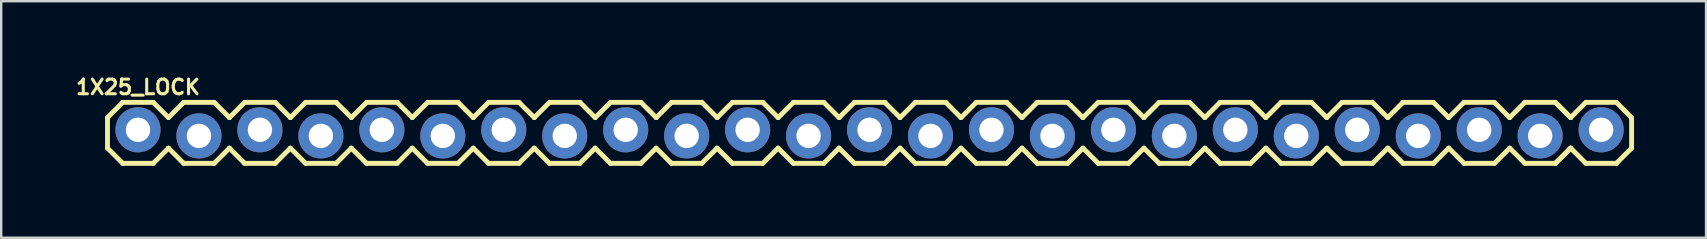
<source format=kicad_pcb>
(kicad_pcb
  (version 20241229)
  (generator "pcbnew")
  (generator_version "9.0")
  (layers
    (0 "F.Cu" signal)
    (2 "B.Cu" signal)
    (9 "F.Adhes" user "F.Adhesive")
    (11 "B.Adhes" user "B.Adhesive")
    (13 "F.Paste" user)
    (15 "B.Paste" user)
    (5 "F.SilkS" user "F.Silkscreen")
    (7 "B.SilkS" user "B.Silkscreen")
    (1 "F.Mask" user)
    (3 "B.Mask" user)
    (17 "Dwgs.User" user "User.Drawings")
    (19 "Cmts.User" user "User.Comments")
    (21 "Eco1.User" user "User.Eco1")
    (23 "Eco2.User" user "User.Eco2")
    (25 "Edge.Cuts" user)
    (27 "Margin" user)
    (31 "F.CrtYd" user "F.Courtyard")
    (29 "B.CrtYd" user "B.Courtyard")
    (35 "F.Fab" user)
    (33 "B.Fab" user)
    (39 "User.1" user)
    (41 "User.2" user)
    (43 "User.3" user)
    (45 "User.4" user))
  (footprint "1X25_LOCK"
    (layer "F.Cu")
    (at 2.699 2.485)
    (property "Reference" "1X25_LOCK" (at 0 -1.905 0) (layer "F.SilkS") (effects (font (size 0.61 0.61) (thickness 0.127))))
    (attr exclude_from_pos_files exclude_from_bom)
    (fp_line (start -1.27 -0.635) (end -1.27 0.635) (stroke (width 0.203) (type solid)) (layer "F.SilkS"))
    (fp_line (start -1.27 0.635) (end -0.635 1.27) (stroke (width 0.203) (type solid)) (layer "F.SilkS"))
    (fp_line (start -0.635 -1.27) (end -1.27 -0.635) (stroke (width 0.203) (type solid)) (layer "F.SilkS"))
    (fp_line (start -0.635 -1.27) (end 0.635 -1.27) (stroke (width 0.203) (type solid)) (layer "F.SilkS"))
    (fp_line (start 0.635 -1.27) (end 1.27 -0.635) (stroke (width 0.203) (type solid)) (layer "F.SilkS"))
    (fp_line (start 0.635 1.27) (end -0.635 1.27) (stroke (width 0.203) (type solid)) (layer "F.SilkS"))
    (fp_line (start 1.27 -0.635) (end 1.905 -1.27) (stroke (width 0.203) (type solid)) (layer "F.SilkS"))
    (fp_line (start 1.27 0.635) (end 0.635 1.27) (stroke (width 0.203) (type solid)) (layer "F.SilkS"))
    (fp_line (start 1.905 -1.27) (end 3.175 -1.27) (stroke (width 0.203) (type solid)) (layer "F.SilkS"))
    (fp_line (start 1.905 1.27) (end 1.27 0.635) (stroke (width 0.203) (type solid)) (layer "F.SilkS"))
    (fp_line (start 3.175 -1.27) (end 3.81 -0.635) (stroke (width 0.203) (type solid)) (layer "F.SilkS"))
    (fp_line (start 3.175 1.27) (end 1.905 1.27) (stroke (width 0.203) (type solid)) (layer "F.SilkS"))
    (fp_line (start 3.81 -0.635) (end 4.445 -1.27) (stroke (width 0.203) (type solid)) (layer "F.SilkS"))
    (fp_line (start 3.81 0.635) (end 3.175 1.27) (stroke (width 0.203) (type solid)) (layer "F.SilkS"))
    (fp_line (start 4.445 -1.27) (end 5.715 -1.27) (stroke (width 0.203) (type solid)) (layer "F.SilkS"))
    (fp_line (start 4.445 1.27) (end 3.81 0.635) (stroke (width 0.203) (type solid)) (layer "F.SilkS"))
    (fp_line (start 5.715 -1.27) (end 6.35 -0.635) (stroke (width 0.203) (type solid)) (layer "F.SilkS"))
    (fp_line (start 5.715 1.27) (end 4.445 1.27) (stroke (width 0.203) (type solid)) (layer "F.SilkS"))
    (fp_line (start 6.35 0.635) (end 5.715 1.27) (stroke (width 0.203) (type solid)) (layer "F.SilkS"))
    (fp_line (start 6.35 0.635) (end 6.985 1.27) (stroke (width 0.203) (type solid)) (layer "F.SilkS"))
    (fp_line (start 6.985 -1.27) (end 6.35 -0.635) (stroke (width 0.203) (type solid)) (layer "F.SilkS"))
    (fp_line (start 6.985 -1.27) (end 8.255 -1.27) (stroke (width 0.203) (type solid)) (layer "F.SilkS"))
    (fp_line (start 8.255 -1.27) (end 8.89 -0.635) (stroke (width 0.203) (type solid)) (layer "F.SilkS"))
    (fp_line (start 8.255 1.27) (end 6.985 1.27) (stroke (width 0.203) (type solid)) (layer "F.SilkS"))
    (fp_line (start 8.89 -0.635) (end 9.525 -1.27) (stroke (width 0.203) (type solid)) (layer "F.SilkS"))
    (fp_line (start 8.89 0.635) (end 8.255 1.27) (stroke (width 0.203) (type solid)) (layer "F.SilkS"))
    (fp_line (start 9.525 -1.27) (end 10.795 -1.27) (stroke (width 0.203) (type solid)) (layer "F.SilkS"))
    (fp_line (start 9.525 1.27) (end 8.89 0.635) (stroke (width 0.203) (type solid)) (layer "F.SilkS"))
    (fp_line (start 10.795 -1.27) (end 11.43 -0.635) (stroke (width 0.203) (type solid)) (layer "F.SilkS"))
    (fp_line (start 10.795 1.27) (end 9.525 1.27) (stroke (width 0.203) (type solid)) (layer "F.SilkS"))
    (fp_line (start 11.43 -0.635) (end 12.065 -1.27) (stroke (width 0.203) (type solid)) (layer "F.SilkS"))
    (fp_line (start 11.43 0.635) (end 10.795 1.27) (stroke (width 0.203) (type solid)) (layer "F.SilkS"))
    (fp_line (start 12.065 -1.27) (end 13.335 -1.27) (stroke (width 0.203) (type solid)) (layer "F.SilkS"))
    (fp_line (start 12.065 1.27) (end 11.43 0.635) (stroke (width 0.203) (type solid)) (layer "F.SilkS"))
    (fp_line (start 13.335 -1.27) (end 13.97 -0.635) (stroke (width 0.203) (type solid)) (layer "F.SilkS"))
    (fp_line (start 13.335 1.27) (end 12.065 1.27) (stroke (width 0.203) (type solid)) (layer "F.SilkS"))
    (fp_line (start 13.97 0.635) (end 13.335 1.27) (stroke (width 0.203) (type solid)) (layer "F.SilkS"))
    (fp_line (start 13.97 0.635) (end 14.605 1.27) (stroke (width 0.203) (type solid)) (layer "F.SilkS"))
    (fp_line (start 14.605 -1.27) (end 13.97 -0.635) (stroke (width 0.203) (type solid)) (layer "F.SilkS"))
    (fp_line (start 14.605 -1.27) (end 15.875 -1.27) (stroke (width 0.203) (type solid)) (layer "F.SilkS"))
    (fp_line (start 15.875 -1.27) (end 16.51 -0.635) (stroke (width 0.203) (type solid)) (layer "F.SilkS"))
    (fp_line (start 15.875 1.27) (end 14.605 1.27) (stroke (width 0.203) (type solid)) (layer "F.SilkS"))
    (fp_line (start 16.51 0.635) (end 15.875 1.27) (stroke (width 0.203) (type solid)) (layer "F.SilkS"))
    (fp_line (start 16.51 0.635) (end 17.145 1.27) (stroke (width 0.203) (type solid)) (layer "F.SilkS"))
    (fp_line (start 17.145 -1.27) (end 16.51 -0.635) (stroke (width 0.203) (type solid)) (layer "F.SilkS"))
    (fp_line (start 17.145 -1.27) (end 18.415 -1.27) (stroke (width 0.203) (type solid)) (layer "F.SilkS"))
    (fp_line (start 18.415 -1.27) (end 19.05 -0.635) (stroke (width 0.203) (type solid)) (layer "F.SilkS"))
    (fp_line (start 18.415 1.27) (end 17.145 1.27) (stroke (width 0.203) (type solid)) (layer "F.SilkS"))
    (fp_line (start 19.05 -0.635) (end 19.685 -1.27) (stroke (width 0.203) (type solid)) (layer "F.SilkS"))
    (fp_line (start 19.05 0.635) (end 18.415 1.27) (stroke (width 0.203) (type solid)) (layer "F.SilkS"))
    (fp_line (start 19.685 -1.27) (end 20.955 -1.27) (stroke (width 0.203) (type solid)) (layer "F.SilkS"))
    (fp_line (start 19.685 1.27) (end 19.05 0.635) (stroke (width 0.203) (type solid)) (layer "F.SilkS"))
    (fp_line (start 20.955 -1.27) (end 21.59 -0.635) (stroke (width 0.203) (type solid)) (layer "F.SilkS"))
    (fp_line (start 20.955 1.27) (end 19.685 1.27) (stroke (width 0.203) (type solid)) (layer "F.SilkS"))
    (fp_line (start 21.59 -0.635) (end 22.225 -1.27) (stroke (width 0.203) (type solid)) (layer "F.SilkS"))
    (fp_line (start 21.59 0.635) (end 20.955 1.27) (stroke (width 0.203) (type solid)) (layer "F.SilkS"))
    (fp_line (start 22.225 -1.27) (end 23.495 -1.27) (stroke (width 0.203) (type solid)) (layer "F.SilkS"))
    (fp_line (start 22.225 1.27) (end 21.59 0.635) (stroke (width 0.203) (type solid)) (layer "F.SilkS"))
    (fp_line (start 23.495 -1.27) (end 24.13 -0.635) (stroke (width 0.203) (type solid)) (layer "F.SilkS"))
    (fp_line (start 23.495 1.27) (end 22.225 1.27) (stroke (width 0.203) (type solid)) (layer "F.SilkS"))
    (fp_line (start 24.13 0.635) (end 23.495 1.27) (stroke (width 0.203) (type solid)) (layer "F.SilkS"))
    (fp_line (start 24.13 0.635) (end 24.765 1.27) (stroke (width 0.203) (type solid)) (layer "F.SilkS"))
    (fp_line (start 24.765 -1.27) (end 24.13 -0.635) (stroke (width 0.203) (type solid)) (layer "F.SilkS"))
    (fp_line (start 24.765 -1.27) (end 26.035 -1.27) (stroke (width 0.203) (type solid)) (layer "F.SilkS"))
    (fp_line (start 26.035 -1.27) (end 26.67 -0.635) (stroke (width 0.203) (type solid)) (layer "F.SilkS"))
    (fp_line (start 26.035 1.27) (end 24.765 1.27) (stroke (width 0.203) (type solid)) (layer "F.SilkS"))
    (fp_line (start 26.67 -0.635) (end 27.305 -1.27) (stroke (width 0.203) (type solid)) (layer "F.SilkS"))
    (fp_line (start 26.67 0.635) (end 26.035 1.27) (stroke (width 0.203) (type solid)) (layer "F.SilkS"))
    (fp_line (start 27.305 -1.27) (end 28.575 -1.27) (stroke (width 0.203) (type solid)) (layer "F.SilkS"))
    (fp_line (start 27.305 1.27) (end 26.67 0.635) (stroke (width 0.203) (type solid)) (layer "F.SilkS"))
    (fp_line (start 28.575 -1.27) (end 29.21 -0.635) (stroke (width 0.203) (type solid)) (layer "F.SilkS"))
    (fp_line (start 28.575 1.27) (end 27.305 1.27) (stroke (width 0.203) (type solid)) (layer "F.SilkS"))
    (fp_line (start 29.21 -0.635) (end 29.845 -1.27) (stroke (width 0.203) (type solid)) (layer "F.SilkS"))
    (fp_line (start 29.21 0.635) (end 28.575 1.27) (stroke (width 0.203) (type solid)) (layer "F.SilkS"))
    (fp_line (start 29.845 -1.27) (end 31.115 -1.27) (stroke (width 0.203) (type solid)) (layer "F.SilkS"))
    (fp_line (start 29.845 1.27) (end 29.21 0.635) (stroke (width 0.203) (type solid)) (layer "F.SilkS"))
    (fp_line (start 31.115 -1.27) (end 31.75 -0.635) (stroke (width 0.203) (type solid)) (layer "F.SilkS"))
    (fp_line (start 31.115 1.27) (end 29.845 1.27) (stroke (width 0.203) (type solid)) (layer "F.SilkS"))
    (fp_line (start 31.75 0.635) (end 31.115 1.27) (stroke (width 0.203) (type solid)) (layer "F.SilkS"))
    (fp_line (start 31.75 0.635) (end 32.385 1.27) (stroke (width 0.203) (type solid)) (layer "F.SilkS"))
    (fp_line (start 32.385 -1.27) (end 31.75 -0.635) (stroke (width 0.203) (type solid)) (layer "F.SilkS"))
    (fp_line (start 32.385 -1.27) (end 33.655 -1.27) (stroke (width 0.203) (type solid)) (layer "F.SilkS"))
    (fp_line (start 33.655 -1.27) (end 34.29 -0.635) (stroke (width 0.203) (type solid)) (layer "F.SilkS"))
    (fp_line (start 33.655 1.27) (end 32.385 1.27) (stroke (width 0.203) (type solid)) (layer "F.SilkS"))
    (fp_line (start 34.29 0.635) (end 33.655 1.27) (stroke (width 0.203) (type solid)) (layer "F.SilkS"))
    (fp_line (start 34.29 0.635) (end 34.925 1.27) (stroke (width 0.203) (type solid)) (layer "F.SilkS"))
    (fp_line (start 34.925 -1.27) (end 34.29 -0.635) (stroke (width 0.203) (type solid)) (layer "F.SilkS"))
    (fp_line (start 34.925 -1.27) (end 36.195 -1.27) (stroke (width 0.203) (type solid)) (layer "F.SilkS"))
    (fp_line (start 36.195 -1.27) (end 36.83 -0.635) (stroke (width 0.203) (type solid)) (layer "F.SilkS"))
    (fp_line (start 36.195 1.27) (end 34.925 1.27) (stroke (width 0.203) (type solid)) (layer "F.SilkS"))
    (fp_line (start 36.83 0.635) (end 36.195 1.27) (stroke (width 0.203) (type solid)) (layer "F.SilkS"))
    (fp_line (start 36.83 0.635) (end 37.465 1.27) (stroke (width 0.203) (type solid)) (layer "F.SilkS"))
    (fp_line (start 37.465 -1.27) (end 36.83 -0.635) (stroke (width 0.203) (type solid)) (layer "F.SilkS"))
    (fp_line (start 37.465 -1.27) (end 38.735 -1.27) (stroke (width 0.203) (type solid)) (layer "F.SilkS"))
    (fp_line (start 38.735 -1.27) (end 39.37 -0.635) (stroke (width 0.203) (type solid)) (layer "F.SilkS"))
    (fp_line (start 38.735 1.27) (end 37.465 1.27) (stroke (width 0.203) (type solid)) (layer "F.SilkS"))
    (fp_line (start 39.37 0.635) (end 38.735 1.27) (stroke (width 0.203) (type solid)) (layer "F.SilkS"))
    (fp_line (start 39.37 0.635) (end 40.005 1.27) (stroke (width 0.203) (type solid)) (layer "F.SilkS"))
    (fp_line (start 40.005 -1.27) (end 39.37 -0.635) (stroke (width 0.203) (type solid)) (layer "F.SilkS"))
    (fp_line (start 40.005 -1.27) (end 41.275 -1.27) (stroke (width 0.203) (type solid)) (layer "F.SilkS"))
    (fp_line (start 41.275 -1.27) (end 41.91 -0.635) (stroke (width 0.203) (type solid)) (layer "F.SilkS"))
    (fp_line (start 41.275 1.27) (end 40.005 1.27) (stroke (width 0.203) (type solid)) (layer "F.SilkS"))
    (fp_line (start 41.91 0.635) (end 41.275 1.27) (stroke (width 0.203) (type solid)) (layer "F.SilkS"))
    (fp_line (start 41.91 0.635) (end 42.545 1.27) (stroke (width 0.203) (type solid)) (layer "F.SilkS"))
    (fp_line (start 42.545 -1.27) (end 41.91 -0.635) (stroke (width 0.203) (type solid)) (layer "F.SilkS"))
    (fp_line (start 42.545 -1.27) (end 43.815 -1.27) (stroke (width 0.203) (type solid)) (layer "F.SilkS"))
    (fp_line (start 43.815 -1.27) (end 44.45 -0.635) (stroke (width 0.203) (type solid)) (layer "F.SilkS"))
    (fp_line (start 43.815 1.27) (end 42.545 1.27) (stroke (width 0.203) (type solid)) (layer "F.SilkS"))
    (fp_line (start 44.45 0.635) (end 43.815 1.27) (stroke (width 0.203) (type solid)) (layer "F.SilkS"))
    (fp_line (start 44.45 0.635) (end 45.085 1.27) (stroke (width 0.203) (type solid)) (layer "F.SilkS"))
    (fp_line (start 45.085 -1.27) (end 44.45 -0.635) (stroke (width 0.203) (type solid)) (layer "F.SilkS"))
    (fp_line (start 45.085 -1.27) (end 46.355 -1.27) (stroke (width 0.203) (type solid)) (layer "F.SilkS"))
    (fp_line (start 46.355 -1.27) (end 46.99 -0.635) (stroke (width 0.203) (type solid)) (layer "F.SilkS"))
    (fp_line (start 46.355 1.27) (end 45.085 1.27) (stroke (width 0.203) (type solid)) (layer "F.SilkS"))
    (fp_line (start 46.99 0.635) (end 46.355 1.27) (stroke (width 0.203) (type solid)) (layer "F.SilkS"))
    (fp_line (start 46.99 0.635) (end 47.625 1.27) (stroke (width 0.203) (type solid)) (layer "F.SilkS"))
    (fp_line (start 47.625 -1.27) (end 46.99 -0.635) (stroke (width 0.203) (type solid)) (layer "F.SilkS"))
    (fp_line (start 47.625 -1.27) (end 48.895 -1.27) (stroke (width 0.203) (type solid)) (layer "F.SilkS"))
    (fp_line (start 48.895 -1.27) (end 49.53 -0.635) (stroke (width 0.203) (type solid)) (layer "F.SilkS"))
    (fp_line (start 48.895 1.27) (end 47.625 1.27) (stroke (width 0.203) (type solid)) (layer "F.SilkS"))
    (fp_line (start 49.53 0.635) (end 48.895 1.27) (stroke (width 0.203) (type solid)) (layer "F.SilkS"))
    (fp_line (start 49.53 0.635) (end 50.165 1.27) (stroke (width 0.203) (type solid)) (layer "F.SilkS"))
    (fp_line (start 50.165 -1.27) (end 49.53 -0.635) (stroke (width 0.203) (type solid)) (layer "F.SilkS"))
    (fp_line (start 50.165 -1.27) (end 51.435 -1.27) (stroke (width 0.203) (type solid)) (layer "F.SilkS"))
    (fp_line (start 51.435 -1.27) (end 52.07 -0.635) (stroke (width 0.203) (type solid)) (layer "F.SilkS"))
    (fp_line (start 51.435 1.27) (end 50.165 1.27) (stroke (width 0.203) (type solid)) (layer "F.SilkS"))
    (fp_line (start 52.07 0.635) (end 51.435 1.27) (stroke (width 0.203) (type solid)) (layer "F.SilkS"))
    (fp_line (start 52.07 0.635) (end 52.705 1.27) (stroke (width 0.203) (type solid)) (layer "F.SilkS"))
    (fp_line (start 52.705 -1.27) (end 52.07 -0.635) (stroke (width 0.203) (type solid)) (layer "F.SilkS"))
    (fp_line (start 52.705 -1.27) (end 53.975 -1.27) (stroke (width 0.203) (type solid)) (layer "F.SilkS"))
    (fp_line (start 53.975 -1.27) (end 54.61 -0.635) (stroke (width 0.203) (type solid)) (layer "F.SilkS"))
    (fp_line (start 53.975 1.27) (end 52.705 1.27) (stroke (width 0.203) (type solid)) (layer "F.SilkS"))
    (fp_line (start 54.61 0.635) (end 53.975 1.27) (stroke (width 0.203) (type solid)) (layer "F.SilkS"))
    (fp_line (start 54.61 0.635) (end 55.245 1.27) (stroke (width 0.203) (type solid)) (layer "F.SilkS"))
    (fp_line (start 55.245 -1.27) (end 54.61 -0.635) (stroke (width 0.203) (type solid)) (layer "F.SilkS"))
    (fp_line (start 55.245 -1.27) (end 56.515 -1.27) (stroke (width 0.203) (type solid)) (layer "F.SilkS"))
    (fp_line (start 56.515 -1.27) (end 57.15 -0.635) (stroke (width 0.203) (type solid)) (layer "F.SilkS"))
    (fp_line (start 56.515 1.27) (end 55.245 1.27) (stroke (width 0.203) (type solid)) (layer "F.SilkS"))
    (fp_line (start 57.15 0.635) (end 56.515 1.27) (stroke (width 0.203) (type solid)) (layer "F.SilkS"))
    (fp_line (start 57.15 0.635) (end 57.785 1.27) (stroke (width 0.203) (type solid)) (layer "F.SilkS"))
    (fp_line (start 57.785 -1.27) (end 57.15 -0.635) (stroke (width 0.203) (type solid)) (layer "F.SilkS"))
    (fp_line (start 57.785 -1.27) (end 59.055 -1.27) (stroke (width 0.203) (type solid)) (layer "F.SilkS"))
    (fp_line (start 59.055 -1.27) (end 59.69 -0.635) (stroke (width 0.203) (type solid)) (layer "F.SilkS"))
    (fp_line (start 59.055 -1.27) (end 59.69 -0.635) (stroke (width 0.203) (type solid)) (layer "F.SilkS"))
    (fp_line (start 59.055 1.27) (end 57.785 1.27) (stroke (width 0.203) (type solid)) (layer "F.SilkS"))
    (fp_line (start 59.69 0.635) (end 59.055 1.27) (stroke (width 0.203) (type solid)) (layer "F.SilkS"))
    (fp_line (start 59.69 0.635) (end 59.055 1.27) (stroke (width 0.203) (type solid)) (layer "F.SilkS"))
    (fp_line (start 59.69 0.635) (end 60.325 1.27) (stroke (width 0.203) (type solid)) (layer "F.SilkS"))
    (fp_line (start 60.325 -1.27) (end 59.69 -0.635) (stroke (width 0.203) (type solid)) (layer "F.SilkS"))
    (fp_line (start 60.325 -1.27) (end 61.595 -1.27) (stroke (width 0.203) (type solid)) (layer "F.SilkS"))
    (fp_line (start 61.595 -1.27) (end 62.23 -0.635) (stroke (width 0.203) (type solid)) (layer "F.SilkS"))
    (fp_line (start 61.595 1.27) (end 60.325 1.27) (stroke (width 0.203) (type solid)) (layer "F.SilkS"))
    (fp_line (start 62.23 -0.635) (end 62.23 0.635) (stroke (width 0.203) (type solid)) (layer "F.SilkS"))
    (fp_line (start 62.23 0.635) (end 61.595 1.27) (stroke (width 0.203) (type solid)) (layer "F.SilkS"))
    (pad "1" thru_hole circle (at 0 -0.127) (size 1.88 1.88) (drill 1.016) (layers "*.Cu" "*.Paste" "*.Mask"))
    (pad "2" thru_hole circle (at 2.54 0.127) (size 1.88 1.88) (drill 1.016) (layers "*.Cu" "*.Paste" "*.Mask"))
    (pad "3" thru_hole circle (at 5.08 -0.127) (size 1.88 1.88) (drill 1.016) (layers "*.Cu" "*.Paste" "*.Mask"))
    (pad "4" thru_hole circle (at 7.62 0.127) (size 1.88 1.88) (drill 1.016) (layers "*.Cu" "*.Paste" "*.Mask"))
    (pad "5" thru_hole circle (at 10.16 -0.127) (size 1.88 1.88) (drill 1.016) (layers "*.Cu" "*.Paste" "*.Mask"))
    (pad "6" thru_hole circle (at 12.7 0.127) (size 1.88 1.88) (drill 1.016) (layers "*.Cu" "*.Paste" "*.Mask"))
    (pad "7" thru_hole circle (at 15.24 -0.127) (size 1.88 1.88) (drill 1.016) (layers "*.Cu" "*.Paste" "*.Mask"))
    (pad "8" thru_hole circle (at 17.78 0.127) (size 1.88 1.88) (drill 1.016) (layers "*.Cu" "*.Paste" "*.Mask"))
    (pad "9" thru_hole circle (at 20.32 -0.127) (size 1.88 1.88) (drill 1.016) (layers "*.Cu" "*.Paste" "*.Mask"))
    (pad "10" thru_hole circle (at 22.86 0.127) (size 1.88 1.88) (drill 1.016) (layers "*.Cu" "*.Paste" "*.Mask"))
    (pad "11" thru_hole circle (at 25.4 -0.127) (size 1.88 1.88) (drill 1.016) (layers "*.Cu" "*.Paste" "*.Mask"))
    (pad "12" thru_hole circle (at 27.94 0.127) (size 1.88 1.88) (drill 1.016) (layers "*.Cu" "*.Paste" "*.Mask"))
    (pad "13" thru_hole circle (at 30.48 -0.127) (size 1.88 1.88) (drill 1.016) (layers "*.Cu" "*.Paste" "*.Mask"))
    (pad "14" thru_hole circle (at 33.02 0.127) (size 1.88 1.88) (drill 1.016) (layers "*.Cu" "*.Paste" "*.Mask"))
    (pad "15" thru_hole circle (at 35.56 -0.127) (size 1.88 1.88) (drill 1.016) (layers "*.Cu" "*.Paste" "*.Mask"))
    (pad "16" thru_hole circle (at 38.1 0.127) (size 1.88 1.88) (drill 1.016) (layers "*.Cu" "*.Paste" "*.Mask"))
    (pad "17" thru_hole circle (at 40.64 -0.127) (size 1.88 1.88) (drill 1.016) (layers "*.Cu" "*.Paste" "*.Mask"))
    (pad "18" thru_hole circle (at 43.18 0.127) (size 1.88 1.88) (drill 1.016) (layers "*.Cu" "*.Paste" "*.Mask"))
    (pad "19" thru_hole circle (at 45.72 -0.127) (size 1.88 1.88) (drill 1.016) (layers "*.Cu" "*.Paste" "*.Mask"))
    (pad "20" thru_hole circle (at 48.26 0.127) (size 1.88 1.88) (drill 1.016) (layers "*.Cu" "*.Paste" "*.Mask"))
    (pad "21" thru_hole circle (at 50.8 -0.127) (size 1.88 1.88) (drill 1.016) (layers "*.Cu" "*.Paste" "*.Mask"))
    (pad "22" thru_hole circle (at 53.34 0.127) (size 1.88 1.88) (drill 1.016) (layers "*.Cu" "*.Paste" "*.Mask"))
    (pad "23" thru_hole circle (at 55.88 -0.127) (size 1.88 1.88) (drill 1.016) (layers "*.Cu" "*.Paste" "*.Mask"))
    (pad "24" thru_hole circle (at 58.42 0.127) (size 1.88 1.88) (drill 1.016) (layers "*.Cu" "*.Paste" "*.Mask"))
    (pad "25" thru_hole circle (at 60.96 -0.127) (size 1.88 1.88) (drill 1.016) (layers "*.Cu" "*.Paste" "*.Mask")))
  (gr_rect
    (start -3 -3)
    (end 68.03 6.856)
    (stroke (width 0.1) (type default))
    (fill no)
    (layer "Edge.Cuts")))
</source>
